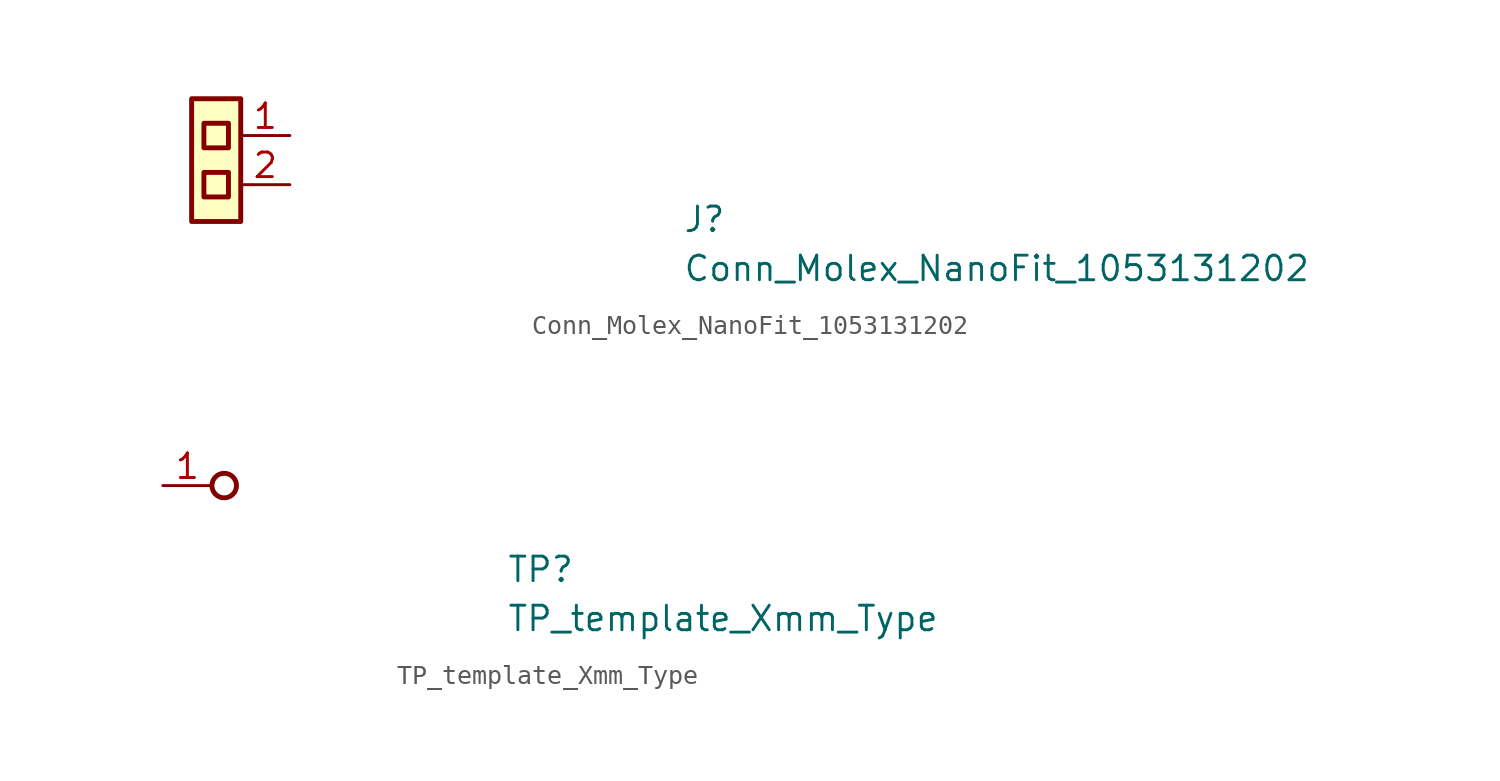
<source format=kicad_sym>
(kicad_symbol_lib
  (version 20211014)
  (generator kicad_symbol_editor)
  (symbol "thunderbolt-gpu-adapter:Conn_Molex_NanoFit_1053131202"
    (property "Reference" "J"
      (at 20.32 -5.08 0)
      (effects (font (size 1.27 1.27) (thickness 0.15)) (justify left bottom)))
    (property "Value" "Conn_Molex_NanoFit_1053131202"
      (at 20.32 -7.62 0)
      (effects (font (size 1.27 1.27) (thickness 0.15)) (justify left bottom)))
    (symbol "Conn_Molex_NanoFit_1053131202_1_1"
      (rectangle (start -5.08 1.905) (end -2.54 -4.445) (stroke (width 0.254) (type default) (color 0 0 0 0)) (fill (type background)))
      (rectangle (start -4.445 -1.905) (end -3.175 -3.175) (stroke (width 0.254) (type default) (color 0 0 0 0)) (fill (type background)))
      (rectangle (start -4.445 0.635) (end -3.175 -0.635) (stroke (width 0.254) (type default) (color 0 0 0 0)) (fill (type background)))
      (pin input line (at 0 0 180) (length 2.54) (name "~" (effects (font (size 1.27 1.27)))) (number "1" (effects (font (size 1.27 1.27)))))
      (pin input line (at 0 -2.54 180) (length 2.54) (name "~" (effects (font (size 1.27 1.27)))) (number "2" (effects (font (size 1.27 1.27)))))))
  (symbol "TP_template_Xmm_Type"
    (pin_names hide)
    (property "Reference" "TP"
      (at 17.78 -5.08 0)
      (effects (font (size 1.27 1.27) (thickness 0.15)) (justify left bottom)))
    (property "Value" "TP_template_Xmm_Type"
      (at 17.78 -7.62 0)
      (effects (font (size 1.27 1.27) (thickness 0.15)) (justify left bottom)))
    (symbol "TP_template_Xmm_Type_1_1"
      (circle (center 3.175 0) (radius 0.635) (stroke (width 0.254) (type default) (color 0 0 0 0)) (fill (type none)))
      (pin passive line (at 0 0 0) (length 2.54) (name "1" (effects (font (size 1.27 1.27)))) (number "1" (effects (font (size 1.27 1.27))))))))
</source>
